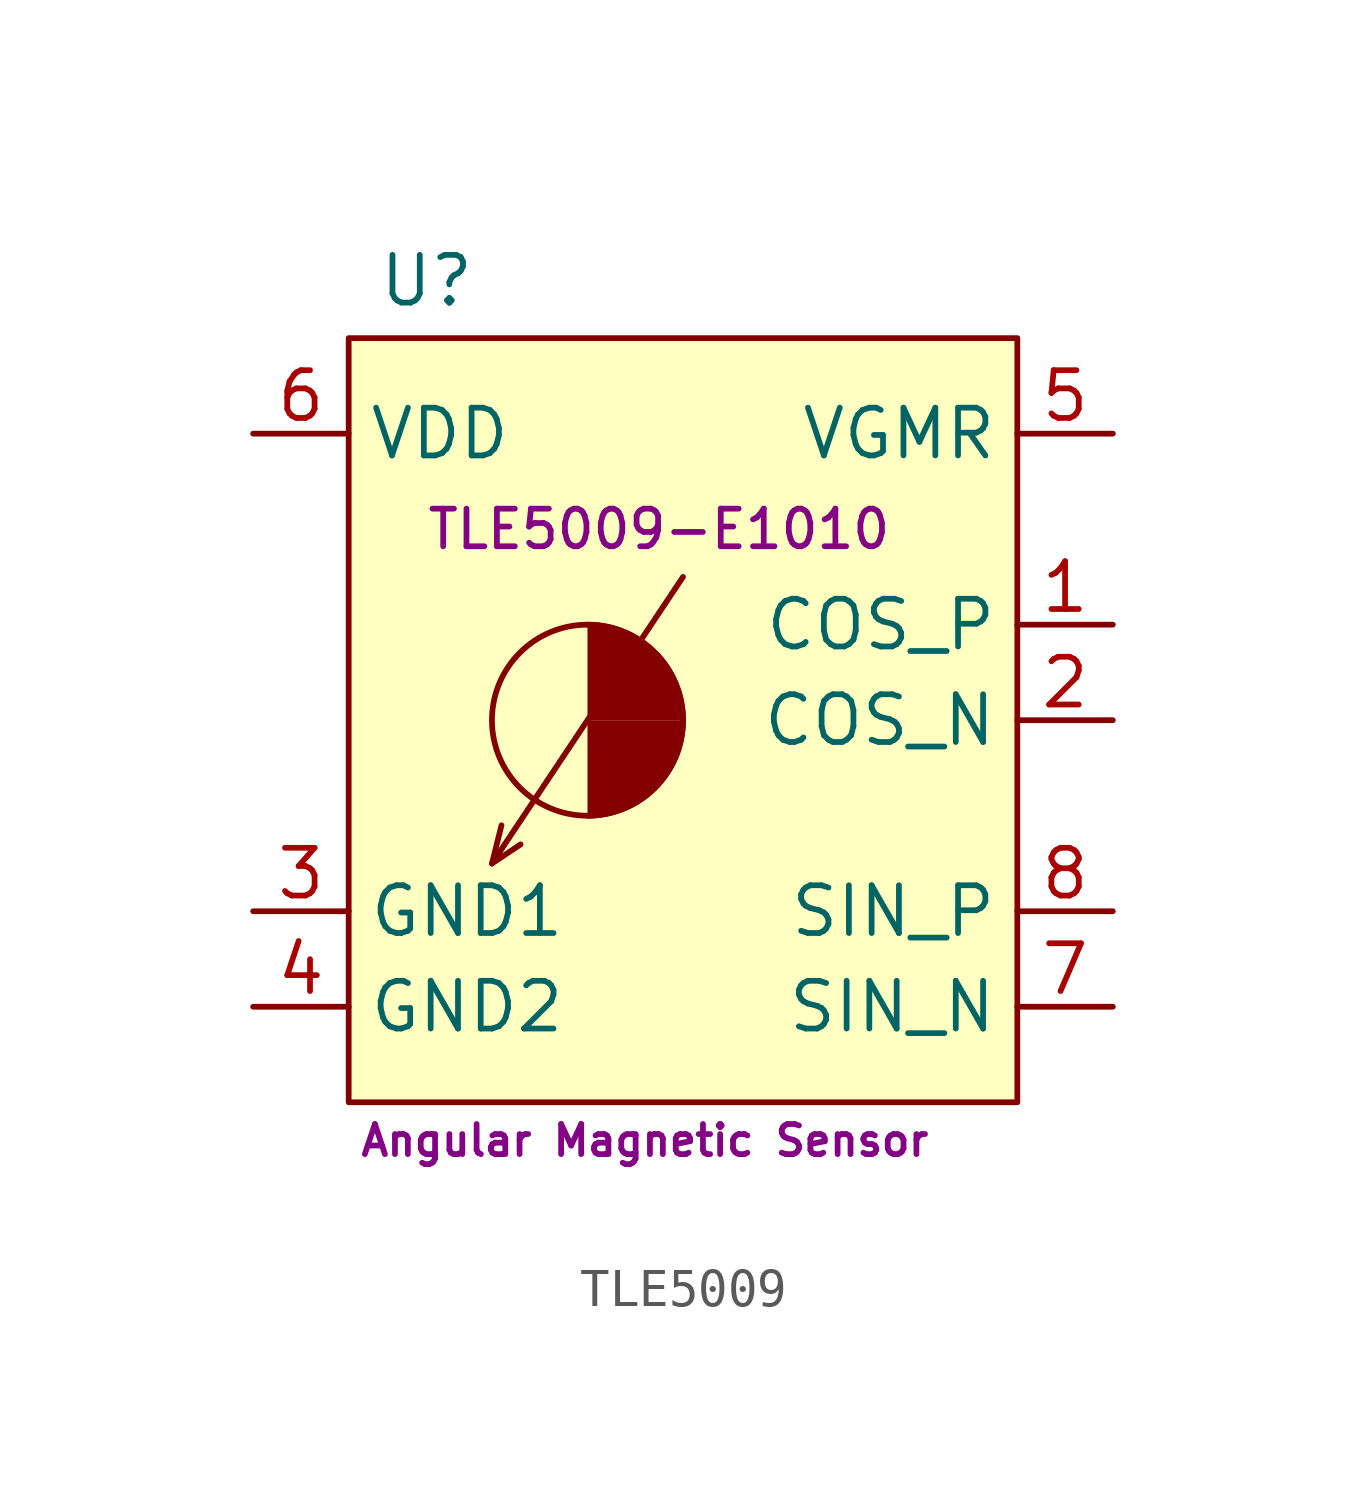
<source format=kicad_sym>
(kicad_symbol_lib
  (version 20231120)
  (generator "kicad_symbol_editor")
  (generator_version "8.0")
  (symbol "TLE5009"
    (property "Reference" "U"
      (at -8.128 11.684 0)
      (effects (font (size 1.27 1.27)) (justify left)))
    (property "Description" "Angular Magnetic Sensor"
      (at -8.636 -11.176 0)
      (effects (font (size 0.8 0.8)) (justify left)))
    (property "MPN" "TLE5009-E1010"
      (at -6.858 5.08 0)
      (effects (font (size 1 1)) (justify left)))
    (symbol "TLE5009_1_1"
      (rectangle (start -8.89 10.16) (end 8.89 -10.16) (stroke (width 0) (type default)) (fill (type background)))
      (arc (start -2.54 -2.54) (mid -0.7439 -1.7961) (end 0 0) (stroke (width 0) (type default)) (fill (type outline)))
      (circle (center -2.54 0) (radius 2.54) (stroke (width 0) (type default)) (fill (type none)))
      (arc (start 0 0) (mid -0.7439 1.7961) (end -2.54 2.54) (stroke (width 0) (type default)) (fill (type outline)))
      (polyline (pts (xy -5.08 -3.81) (xy -4.826 -2.794)) (stroke (width 0) (type default)) (fill (type none)))
      (polyline (pts (xy -5.08 -3.81) (xy -4.318 -3.302)) (stroke (width 0) (type default)) (fill (type none)))
      (polyline (pts (xy -5.08 -3.81) (xy 0 3.81)) (stroke (width 0) (type default)) (fill (type none)))
      (pin output line (at 11.43 2.54 180) (length 2.54) (name "COS_P" (effects (font (size 1.27 1.27)))) (number "1" (effects (font (size 1.27 1.27)))))
      (pin output line (at 11.43 0 180) (length 2.54) (name "COS_N" (effects (font (size 1.27 1.27)))) (number "2" (effects (font (size 1.27 1.27)))))
      (pin power_in line (at -11.43 -5.08 0) (length 2.54) (name "GND1" (effects (font (size 1.27 1.27)))) (number "3" (effects (font (size 1.27 1.27)))))
      (pin power_in line (at -11.43 -7.62 0) (length 2.54) (name "GND2" (effects (font (size 1.27 1.27)))) (number "4" (effects (font (size 1.27 1.27)))))
      (pin output line (at 11.43 7.62 180) (length 2.54) (name "VGMR" (effects (font (size 1.27 1.27)))) (number "5" (effects (font (size 1.27 1.27)))))
      (pin power_in line (at -11.43 7.62 0) (length 2.54) (name "VDD" (effects (font (size 1.27 1.27)))) (number "6" (effects (font (size 1.27 1.27)))))
      (pin output line (at 11.43 -7.62 180) (length 2.54) (name "SIN_N" (effects (font (size 1.27 1.27)))) (number "7" (effects (font (size 1.27 1.27)))))
      (pin output line (at 11.43 -5.08 180) (length 2.54) (name "SIN_P" (effects (font (size 1.27 1.27)))) (number "8" (effects (font (size 1.27 1.27))))))))
</source>
